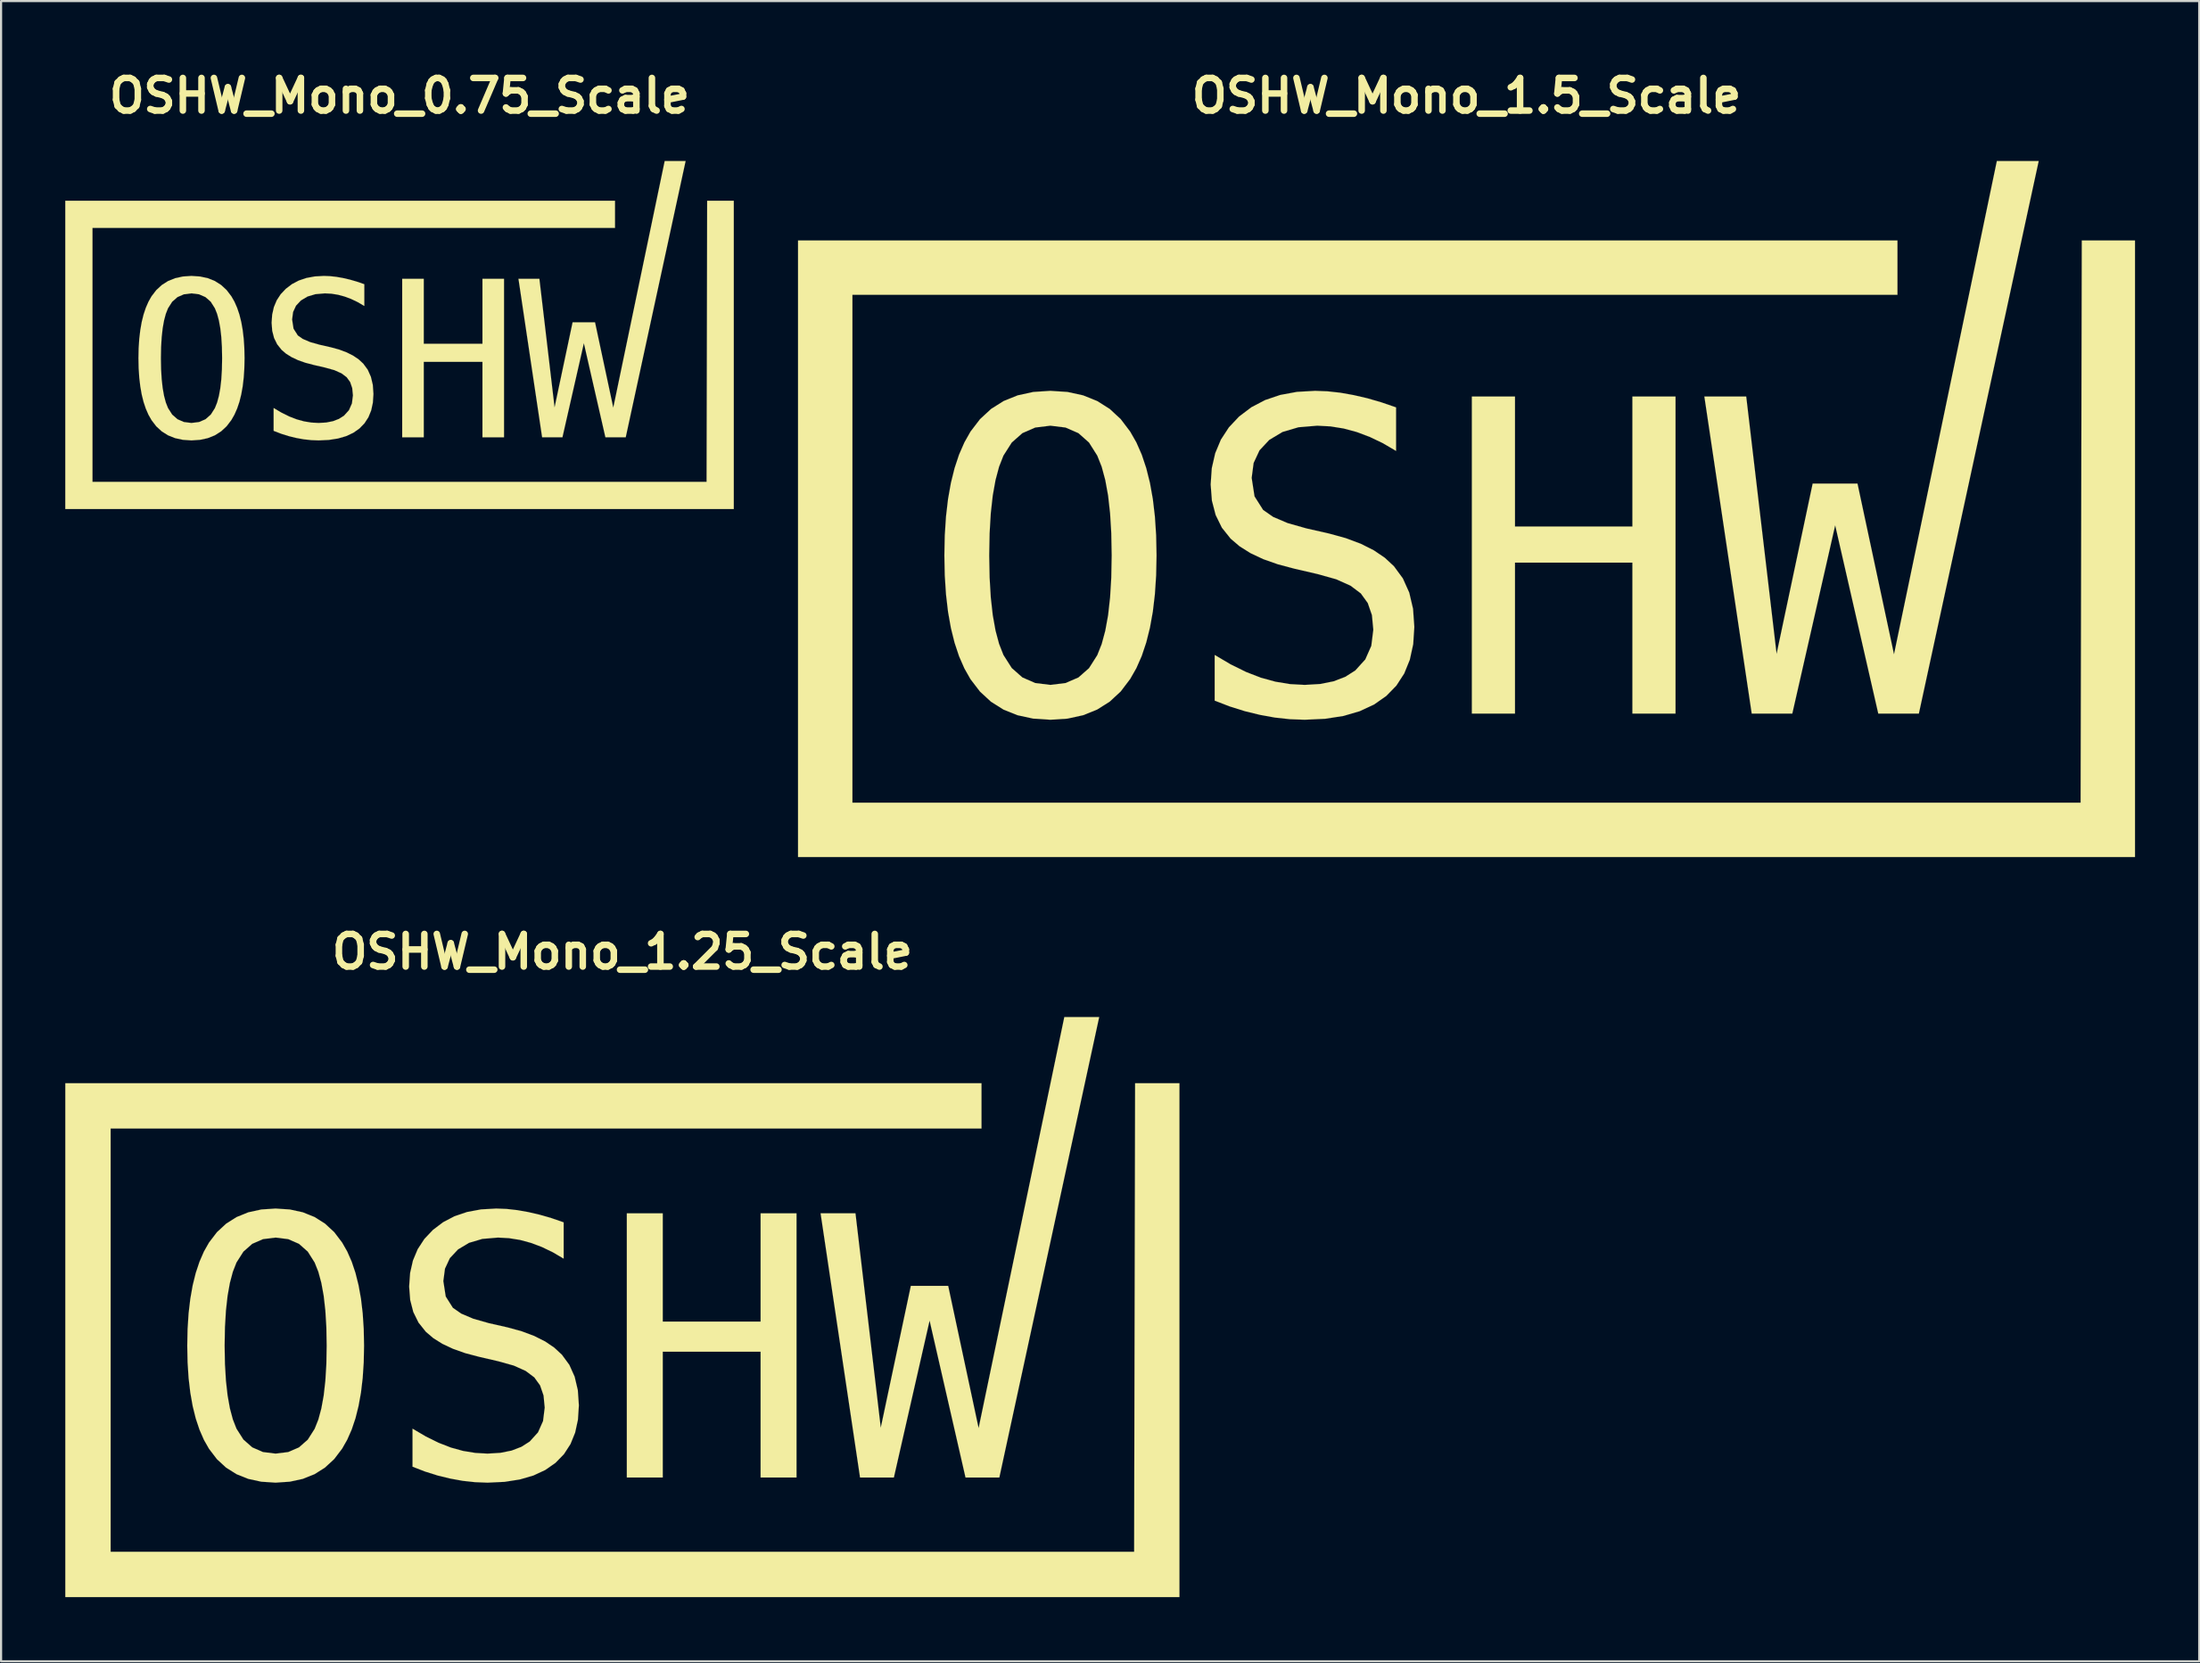
<source format=kicad_pcb>
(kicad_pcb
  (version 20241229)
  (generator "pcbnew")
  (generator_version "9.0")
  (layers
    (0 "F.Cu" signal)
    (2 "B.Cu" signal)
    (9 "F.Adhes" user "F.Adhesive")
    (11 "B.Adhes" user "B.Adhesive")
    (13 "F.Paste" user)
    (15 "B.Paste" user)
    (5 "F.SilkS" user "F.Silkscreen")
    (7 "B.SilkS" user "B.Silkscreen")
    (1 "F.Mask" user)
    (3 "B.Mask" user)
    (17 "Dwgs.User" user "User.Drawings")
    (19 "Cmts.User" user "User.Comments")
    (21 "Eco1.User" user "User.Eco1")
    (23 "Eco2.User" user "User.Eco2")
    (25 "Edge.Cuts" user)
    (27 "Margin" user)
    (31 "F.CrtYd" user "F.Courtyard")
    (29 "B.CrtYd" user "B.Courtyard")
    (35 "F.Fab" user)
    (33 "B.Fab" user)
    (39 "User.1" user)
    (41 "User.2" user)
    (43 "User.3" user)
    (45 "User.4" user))
  (footprint "OSHW_Mono_0.75_Scale"
    (layer "F.Cu")
    (at 15.618 12.606)
    (property "Reference" "OSHW_Mono_0.75_Scale" (at 0 -11.179 0) (layer "F.SilkS") (effects (font (size 1.524 1.524) (thickness 0.305))))
    (attr through_hole)
    (fp_poly (pts (xy 0.125 -2.628) (xy 1.132 -2.628) (xy 1.132 0.408) (xy 3.875 0.408) (xy 3.875 -2.628) (xy 4.882 -2.628) (xy 4.882 4.779) (xy 3.875 4.779) (xy 3.875 1.252) (xy 1.132 1.252) (xy 1.132 4.779) (xy 0.125 4.779) (xy 0.125 -2.628)) (stroke (width 0.003) (type solid)) (fill yes) (layer "F.SilkS"))
    (fp_poly (pts (xy 5.557 -2.628) (xy 6.534 -2.628) (xy 7.244 3.385) (xy 8.087 -0.594) (xy 9.134 -0.594) (xy 9.987 3.395) (xy 12.39 -8.131) (xy 13.367 -8.131) (xy 10.568 4.779) (xy 9.62 4.779) (xy 8.613 0.379) (xy 7.611 4.779) (xy 6.663 4.779) (xy 5.557 -2.628)) (stroke (width 0.003) (type solid)) (fill yes) (layer "F.SilkS"))
    (fp_poly (pts (xy -15.617 -6.275) (xy -15.617 -5.64) (xy -15.617 7.496) (xy -15.617 8.131) (xy -14.982 8.131) (xy 14.982 8.131) (xy 15.617 8.131) (xy 15.617 7.496) (xy 15.617 -6.275) (xy 14.374 -6.275) (xy 14.347 6.861) (xy -14.347 6.861) (xy -14.347 -5.005) (xy 10.067 -5.005) (xy 10.067 -6.275) (xy -14.982 -6.275) (xy -15.617 -6.275)) (stroke (width 0.003) (type solid)) (fill yes) (layer "F.SilkS"))
    (fp_poly (pts (xy -1.646 -2.375) (xy -1.646 -1.358) (xy -1.951 -1.537) (xy -2.257 -1.684) (xy -2.564 -1.799) (xy -2.869 -1.882) (xy -3.177 -1.932) (xy -3.487 -1.948) (xy -3.927 -1.911) (xy -4.3 -1.8) (xy -4.608 -1.616) (xy -4.837 -1.372) (xy -4.974 -1.076) (xy -5.02 -0.728) (xy -4.953 -0.295) (xy -4.752 0.021) (xy -4.518 0.184) (xy -4.181 0.328) (xy -3.74 0.453) (xy -3.214 0.572) (xy -2.82 0.68) (xy -2.471 0.811) (xy -2.167 0.964) (xy -1.909 1.139) (xy -1.696 1.336) (xy -1.487 1.62) (xy -1.339 1.951) (xy -1.249 2.329) (xy -1.22 2.755) (xy -1.246 3.157) (xy -1.324 3.52) (xy -1.455 3.842) (xy -1.639 4.125) (xy -1.874 4.367) (xy -2.16 4.567) (xy -2.494 4.723) (xy -2.875 4.834) (xy -3.303 4.901) (xy -3.779 4.923) (xy -4.127 4.91) (xy -4.476 4.872) (xy -4.826 4.809) (xy -5.177 4.723) (xy -5.53 4.612) (xy -5.883 4.476) (xy -5.883 3.41) (xy -5.51 3.63) (xy -5.151 3.807) (xy -4.806 3.94) (xy -4.465 4.034) (xy -4.123 4.09) (xy -3.779 4.109) (xy -3.421 4.088) (xy -3.105 4.025) (xy -2.831 3.919) (xy -2.599 3.772) (xy -2.364 3.514) (xy -2.224 3.196) (xy -2.177 2.819) (xy -2.21 2.478) (xy -2.307 2.195) (xy -2.47 1.971) (xy -2.709 1.791) (xy -3.045 1.64) (xy -3.477 1.52) (xy -4.013 1.396) (xy -4.403 1.293) (xy -4.748 1.171) (xy -5.047 1.03) (xy -5.302 0.87) (xy -5.511 0.691) (xy -5.715 0.435) (xy -5.861 0.139) (xy -5.948 -0.197) (xy -5.977 -0.574) (xy -5.95 -0.955) (xy -5.871 -1.304) (xy -5.738 -1.622) (xy -5.552 -1.907) (xy -5.312 -2.161) (xy -5.027 -2.378) (xy -4.707 -2.546) (xy -4.351 -2.666) (xy -3.961 -2.738) (xy -3.536 -2.762) (xy -3.247 -2.751) (xy -2.948 -2.718) (xy -2.638 -2.663) (xy -2.319 -2.589) (xy -1.988 -2.493) (xy -1.646 -2.375)) (stroke (width 0.003) (type solid)) (fill yes) (layer "F.SilkS"))
    (fp_poly (pts (xy -8.289 1.083) (xy -7.242 1.083) (xy -7.252 1.551) (xy -7.281 1.989) (xy -7.329 2.396) (xy -7.396 2.772) (xy -7.482 3.118) (xy -7.588 3.433) (xy -7.713 3.717) (xy -7.857 3.97) (xy -8.079 4.261) (xy -8.336 4.499) (xy -8.629 4.685) (xy -8.958 4.817) (xy -9.322 4.896) (xy -9.723 4.923) (xy -10.123 4.896) (xy -10.488 4.817) (xy -10.816 4.686) (xy -11.109 4.502) (xy -11.367 4.265) (xy -11.588 3.975) (xy -11.731 3.723) (xy -11.855 3.439) (xy -11.96 3.124) (xy -12.046 2.778) (xy -12.112 2.401) (xy -12.16 1.993) (xy -12.189 1.554) (xy -12.198 1.083) (xy -12.189 0.613) (xy -12.16 0.175) (xy -12.112 -0.233) (xy -12.046 -0.61) (xy -11.96 -0.956) (xy -11.855 -1.271) (xy -11.731 -1.556) (xy -11.588 -1.809) (xy -11.365 -2.1) (xy -11.107 -2.338) (xy -10.814 -2.524) (xy -10.485 -2.656) (xy -10.122 -2.735) (xy -9.723 -2.762) (xy -9.322 -2.735) (xy -8.958 -2.656) (xy -8.629 -2.524) (xy -8.336 -2.338) (xy -8.079 -2.1) (xy -7.857 -1.809) (xy -7.713 -1.556) (xy -7.588 -1.271) (xy -7.482 -0.956) (xy -7.396 -0.61) (xy -7.329 -0.233) (xy -7.281 0.175) (xy -7.252 0.613) (xy -7.242 1.083) (xy -8.289 1.083) (xy -8.298 0.565) (xy -8.326 0.099) (xy -8.373 -0.316) (xy -8.439 -0.679) (xy -8.523 -0.99) (xy -8.626 -1.249) (xy -8.819 -1.555) (xy -9.067 -1.773) (xy -9.368 -1.904) (xy -9.723 -1.948) (xy -10.076 -1.904) (xy -10.376 -1.773) (xy -10.624 -1.555) (xy -10.819 -1.249) (xy -10.921 -0.99) (xy -11.004 -0.679) (xy -11.068 -0.316) (xy -11.114 0.099) (xy -11.142 0.565) (xy -11.151 1.083) (xy -11.142 1.6) (xy -11.114 2.065) (xy -11.068 2.478) (xy -11.004 2.84) (xy -10.921 3.151) (xy -10.819 3.41) (xy -10.624 3.716) (xy -10.376 3.934) (xy -10.076 4.065) (xy -9.723 4.109) (xy -9.368 4.066) (xy -9.067 3.936) (xy -8.819 3.718) (xy -8.626 3.415) (xy -8.523 3.156) (xy -8.439 2.845) (xy -8.373 2.482) (xy -8.326 2.067) (xy -8.298 1.601) (xy -8.289 1.083)) (stroke (width 0.003) (type solid)) (fill yes) (layer "F.SilkS")))
  (footprint "OSHW_Mono_1.5_Scale"
    (layer "F.Cu")
    (at 65.472 20.737)
    (property "Reference" "OSHW_Mono_1.5_Scale" (at 0 -19.31 0) (layer "F.SilkS") (effects (font (size 1.524 1.524) (thickness 0.305))))
    (attr through_hole)
    (fp_poly (pts (xy 0.25 -5.256) (xy 2.264 -5.256) (xy 2.264 0.817) (xy 7.751 0.817) (xy 7.751 -5.256) (xy 9.765 -5.256) (xy 9.765 9.558) (xy 7.751 9.558) (xy 7.751 2.503) (xy 2.264 2.503) (xy 2.264 9.558) (xy 0.25 9.558) (xy 0.25 -5.256)) (stroke (width 0.003) (type solid)) (fill yes) (layer "F.SilkS"))
    (fp_poly (pts (xy 11.114 -5.256) (xy 13.069 -5.256) (xy 14.488 6.77) (xy 16.174 -1.188) (xy 18.268 -1.188) (xy 19.974 6.79) (xy 24.78 -16.262) (xy 26.735 -16.262) (xy 21.135 9.558) (xy 19.24 9.558) (xy 17.226 0.757) (xy 15.222 9.558) (xy 13.327 9.558) (xy 11.114 -5.256)) (stroke (width 0.003) (type solid)) (fill yes) (layer "F.SilkS"))
    (fp_poly (pts (xy -31.234 -12.551) (xy -31.234 -11.281) (xy -31.234 14.992) (xy -31.234 16.262) (xy -29.964 16.262) (xy 29.964 16.262) (xy 31.234 16.262) (xy 31.234 14.992) (xy 31.234 -12.551) (xy 28.749 -12.551) (xy 28.694 13.722) (xy -28.694 13.722) (xy -28.694 -10.011) (xy 20.135 -10.011) (xy 20.135 -12.551) (xy -29.964 -12.551) (xy -31.234 -12.551)) (stroke (width 0.003) (type solid)) (fill yes) (layer "F.SilkS"))
    (fp_poly (pts (xy -3.292 -4.75) (xy -3.292 -2.716) (xy -3.902 -3.074) (xy -4.514 -3.368) (xy -5.128 -3.599) (xy -5.739 -3.764) (xy -6.354 -3.863) (xy -6.973 -3.896) (xy -7.853 -3.822) (xy -8.601 -3.601) (xy -9.216 -3.232) (xy -9.673 -2.743) (xy -9.948 -2.151) (xy -10.039 -1.456) (xy -9.905 -0.59) (xy -9.503 0.043) (xy -9.036 0.368) (xy -8.361 0.656) (xy -7.479 0.906) (xy -6.428 1.144) (xy -5.64 1.361) (xy -4.942 1.622) (xy -4.335 1.927) (xy -3.818 2.277) (xy -3.392 2.672) (xy -2.975 3.24) (xy -2.677 3.902) (xy -2.499 4.659) (xy -2.439 5.51) (xy -2.491 6.315) (xy -2.649 7.04) (xy -2.911 7.685) (xy -3.277 8.25) (xy -3.749 8.734) (xy -4.32 9.134) (xy -4.987 9.445) (xy -5.749 9.668) (xy -6.606 9.801) (xy -7.559 9.845) (xy -8.254 9.82) (xy -8.952 9.744) (xy -9.652 9.617) (xy -10.355 9.446) (xy -11.059 9.225) (xy -11.766 8.953) (xy -11.766 6.819) (xy -11.019 7.259) (xy -10.302 7.613) (xy -9.613 7.881) (xy -8.93 8.068) (xy -8.246 8.181) (xy -7.559 8.218) (xy -6.842 8.176) (xy -6.209 8.05) (xy -5.661 7.839) (xy -5.197 7.544) (xy -4.729 7.028) (xy -4.448 6.393) (xy -4.354 5.639) (xy -4.419 4.956) (xy -4.614 4.391) (xy -4.939 3.942) (xy -5.419 3.581) (xy -6.09 3.281) (xy -6.954 3.039) (xy -8.025 2.791) (xy -8.805 2.585) (xy -9.495 2.342) (xy -10.094 2.06) (xy -10.603 1.74) (xy -11.022 1.382) (xy -11.43 0.871) (xy -11.721 0.278) (xy -11.896 -0.394) (xy -11.954 -1.148) (xy -11.901 -1.91) (xy -11.741 -2.608) (xy -11.476 -3.243) (xy -11.103 -3.815) (xy -10.625 -4.323) (xy -10.054 -4.755) (xy -9.413 -5.091) (xy -8.703 -5.331) (xy -7.923 -5.475) (xy -7.073 -5.523) (xy -6.494 -5.501) (xy -5.895 -5.435) (xy -5.277 -5.325) (xy -4.637 -5.177) (xy -3.976 -4.985) (xy -3.292 -4.75)) (stroke (width 0.003) (type solid)) (fill yes) (layer "F.SilkS"))
    (fp_poly (pts (xy -16.578 2.166) (xy -14.484 2.166) (xy -14.503 3.103) (xy -14.561 3.978) (xy -14.657 4.792) (xy -14.792 5.544) (xy -14.965 6.235) (xy -15.176 6.865) (xy -15.426 7.434) (xy -15.715 7.94) (xy -16.157 8.523) (xy -16.671 8.999) (xy -17.257 9.369) (xy -17.915 9.634) (xy -18.644 9.793) (xy -19.445 9.845) (xy -20.246 9.793) (xy -20.975 9.635) (xy -21.633 9.372) (xy -22.219 9.003) (xy -22.733 8.529) (xy -23.176 7.95) (xy -23.462 7.445) (xy -23.71 6.878) (xy -23.919 6.249) (xy -24.091 5.557) (xy -24.225 4.803) (xy -24.32 3.986) (xy -24.377 3.107) (xy -24.396 2.166) (xy -24.377 1.227) (xy -24.32 0.35) (xy -24.225 -0.466) (xy -24.091 -1.22) (xy -23.919 -1.912) (xy -23.71 -2.543) (xy -23.462 -3.111) (xy -23.176 -3.618) (xy -22.73 -4.201) (xy -22.214 -4.677) (xy -21.628 -5.047) (xy -20.971 -5.312) (xy -20.243 -5.471) (xy -19.445 -5.523) (xy -18.644 -5.471) (xy -17.915 -5.312) (xy -17.257 -5.047) (xy -16.671 -4.677) (xy -16.157 -4.201) (xy -15.715 -3.618) (xy -15.426 -3.111) (xy -15.176 -2.543) (xy -14.965 -1.912) (xy -14.792 -1.22) (xy -14.657 -0.466) (xy -14.561 0.35) (xy -14.503 1.227) (xy -14.484 2.166) (xy -16.578 2.166) (xy -16.597 1.13) (xy -16.653 0.197) (xy -16.746 -0.632) (xy -16.878 -1.357) (xy -17.046 -1.979) (xy -17.252 -2.497) (xy -17.639 -3.109) (xy -18.133 -3.547) (xy -18.735 -3.809) (xy -19.445 -3.896) (xy -20.152 -3.809) (xy -20.752 -3.547) (xy -21.248 -3.109) (xy -21.638 -2.497) (xy -21.841 -1.979) (xy -22.007 -1.357) (xy -22.137 -0.632) (xy -22.229 0.197) (xy -22.284 1.13) (xy -22.303 2.166) (xy -22.284 3.199) (xy -22.229 4.129) (xy -22.137 4.956) (xy -22.007 5.681) (xy -21.841 6.301) (xy -21.638 6.819) (xy -21.248 7.431) (xy -20.752 7.869) (xy -20.152 8.131) (xy -19.445 8.218) (xy -18.735 8.131) (xy -18.133 7.871) (xy -17.639 7.437) (xy -17.252 6.829) (xy -17.046 6.311) (xy -16.878 5.689) (xy -16.746 4.964) (xy -16.653 4.135) (xy -16.597 3.202) (xy -16.578 2.166)) (stroke (width 0.003) (type solid)) (fill yes) (layer "F.SilkS")))
  (footprint "OSHW_Mono_1.25_Scale"
    (layer "F.Cu")
    (at 26.03 58.027)
    (property "Reference" "OSHW_Mono_1.25_Scale" (at 0 -16.6 0) (layer "F.SilkS") (effects (font (size 1.524 1.524) (thickness 0.305))))
    (attr through_hole)
    (fp_poly (pts (xy 0.208 -4.38) (xy 1.887 -4.38) (xy 1.887 0.68) (xy 6.459 0.68) (xy 6.459 -4.38) (xy 8.137 -4.38) (xy 8.137 7.965) (xy 6.459 7.965) (xy 6.459 2.086) (xy 1.887 2.086) (xy 1.887 7.965) (xy 0.208 7.965) (xy 0.208 -4.38)) (stroke (width 0.003) (type solid)) (fill yes) (layer "F.SilkS"))
    (fp_poly (pts (xy 9.262 -4.38) (xy 10.891 -4.38) (xy 12.073 5.641) (xy 13.479 -0.99) (xy 15.223 -0.99) (xy 16.645 5.658) (xy 20.65 -13.552) (xy 22.279 -13.552) (xy 17.613 7.965) (xy 16.034 7.965) (xy 14.355 0.631) (xy 12.685 7.965) (xy 11.106 7.965) (xy 9.262 -4.38)) (stroke (width 0.003) (type solid)) (fill yes) (layer "F.SilkS"))
    (fp_poly (pts (xy -26.028 -10.459) (xy -26.028 -9.401) (xy -26.028 12.494) (xy -26.028 13.552) (xy -24.97 13.552) (xy 24.97 13.552) (xy 26.028 13.552) (xy 26.028 12.494) (xy 26.028 -10.459) (xy 23.957 -10.459) (xy 23.912 11.435) (xy -23.912 11.435) (xy -23.912 -8.342) (xy 16.779 -8.342) (xy 16.779 -10.459) (xy -24.97 -10.459) (xy -26.028 -10.459)) (stroke (width 0.003) (type solid)) (fill yes) (layer "F.SilkS"))
    (fp_poly (pts (xy -2.744 -3.958) (xy -2.744 -2.263) (xy -3.252 -2.562) (xy -3.762 -2.807) (xy -4.273 -2.999) (xy -4.782 -3.137) (xy -5.295 -3.219) (xy -5.811 -3.247) (xy -6.544 -3.185) (xy -7.167 -3.001) (xy -7.68 -2.693) (xy -8.061 -2.286) (xy -8.29 -1.793) (xy -8.366 -1.213) (xy -8.254 -0.492) (xy -7.92 0.036) (xy -7.53 0.307) (xy -6.968 0.546) (xy -6.233 0.755) (xy -5.356 0.953) (xy -4.7 1.134) (xy -4.118 1.352) (xy -3.612 1.606) (xy -3.182 1.898) (xy -2.826 2.227) (xy -2.479 2.7) (xy -2.231 3.252) (xy -2.082 3.882) (xy -2.033 4.591) (xy -2.076 5.262) (xy -2.207 5.867) (xy -2.425 6.404) (xy -2.731 6.875) (xy -3.124 7.279) (xy -3.6 7.612) (xy -4.156 7.871) (xy -4.791 8.056) (xy -5.505 8.168) (xy -6.299 8.205) (xy -6.879 8.183) (xy -7.46 8.12) (xy -8.044 8.014) (xy -8.629 7.872) (xy -9.216 7.687) (xy -9.805 7.46) (xy -9.805 5.683) (xy -9.183 6.049) (xy -8.585 6.344) (xy -8.011 6.567) (xy -7.442 6.724) (xy -6.871 6.817) (xy -6.299 6.849) (xy -5.702 6.813) (xy -5.175 6.708) (xy -4.718 6.532) (xy -4.331 6.286) (xy -3.941 5.856) (xy -3.706 5.327) (xy -3.628 4.699) (xy -3.683 4.13) (xy -3.845 3.659) (xy -4.116 3.285) (xy -4.516 2.985) (xy -5.075 2.734) (xy -5.795 2.533) (xy -6.688 2.326) (xy -7.338 2.155) (xy -7.913 1.951) (xy -8.412 1.717) (xy -8.836 1.45) (xy -9.185 1.152) (xy -9.525 0.725) (xy -9.768 0.232) (xy -9.913 -0.329) (xy -9.962 -0.957) (xy -9.917 -1.592) (xy -9.785 -2.174) (xy -9.563 -2.703) (xy -9.253 -3.179) (xy -8.854 -3.602) (xy -8.378 -3.963) (xy -7.844 -4.243) (xy -7.252 -4.443) (xy -6.602 -4.563) (xy -5.894 -4.603) (xy -5.412 -4.585) (xy -4.913 -4.529) (xy -4.397 -4.438) (xy -3.864 -4.314) (xy -3.313 -4.155) (xy -2.744 -3.958)) (stroke (width 0.003) (type solid)) (fill yes) (layer "F.SilkS"))
    (fp_poly (pts (xy -13.815 1.805) (xy -12.07 1.805) (xy -12.086 2.586) (xy -12.134 3.315) (xy -12.214 3.993) (xy -12.327 4.62) (xy -12.471 5.196) (xy -12.647 5.721) (xy -12.855 6.195) (xy -13.095 6.617) (xy -13.464 7.102) (xy -13.893 7.499) (xy -14.381 7.808) (xy -14.929 8.028) (xy -15.537 8.16) (xy -16.204 8.205) (xy -16.872 8.161) (xy -17.479 8.029) (xy -18.027 7.81) (xy -18.516 7.503) (xy -18.944 7.108) (xy -19.313 6.625) (xy -19.552 6.205) (xy -19.758 5.732) (xy -19.933 5.207) (xy -20.076 4.631) (xy -20.187 4.002) (xy -20.267 3.322) (xy -20.314 2.589) (xy -20.33 1.805) (xy -20.314 1.022) (xy -20.267 0.291) (xy -20.187 -0.388) (xy -20.076 -1.017) (xy -19.933 -1.593) (xy -19.758 -2.119) (xy -19.552 -2.593) (xy -19.313 -3.015) (xy -18.942 -3.5) (xy -18.512 -3.897) (xy -18.023 -4.206) (xy -17.476 -4.427) (xy -16.869 -4.559) (xy -16.204 -4.603) (xy -15.537 -4.559) (xy -14.929 -4.427) (xy -14.381 -4.206) (xy -13.893 -3.897) (xy -13.464 -3.5) (xy -13.095 -3.015) (xy -12.855 -2.593) (xy -12.647 -2.119) (xy -12.471 -1.593) (xy -12.327 -1.017) (xy -12.214 -0.388) (xy -12.134 0.291) (xy -12.086 1.022) (xy -12.07 1.805) (xy -13.815 1.805) (xy -13.83 0.941) (xy -13.877 0.164) (xy -13.955 -0.527) (xy -14.065 -1.131) (xy -14.205 -1.649) (xy -14.377 -2.081) (xy -14.699 -2.591) (xy -15.111 -2.955) (xy -15.613 -3.174) (xy -16.204 -3.247) (xy -16.793 -3.174) (xy -17.294 -2.955) (xy -17.707 -2.591) (xy -18.032 -2.081) (xy -18.201 -1.649) (xy -18.339 -1.131) (xy -18.447 -0.527) (xy -18.524 0.164) (xy -18.57 0.941) (xy -18.586 1.805) (xy -18.57 2.666) (xy -18.524 3.441) (xy -18.447 4.13) (xy -18.339 4.734) (xy -18.201 5.251) (xy -18.032 5.683) (xy -17.707 6.193) (xy -17.294 6.557) (xy -16.793 6.776) (xy -16.204 6.849) (xy -15.613 6.776) (xy -15.111 6.559) (xy -14.699 6.197) (xy -14.377 5.691) (xy -14.205 5.259) (xy -14.065 4.741) (xy -13.955 4.137) (xy -13.877 3.446) (xy -13.83 2.669) (xy -13.815 1.805)) (stroke (width 0.003) (type solid)) (fill yes) (layer "F.SilkS")))
  (gr_rect
    (start -3 -3)
    (end 99.707 74.58)
    (stroke (width 0.1) (type default))
    (fill no)
    (layer "Edge.Cuts")))
</source>
